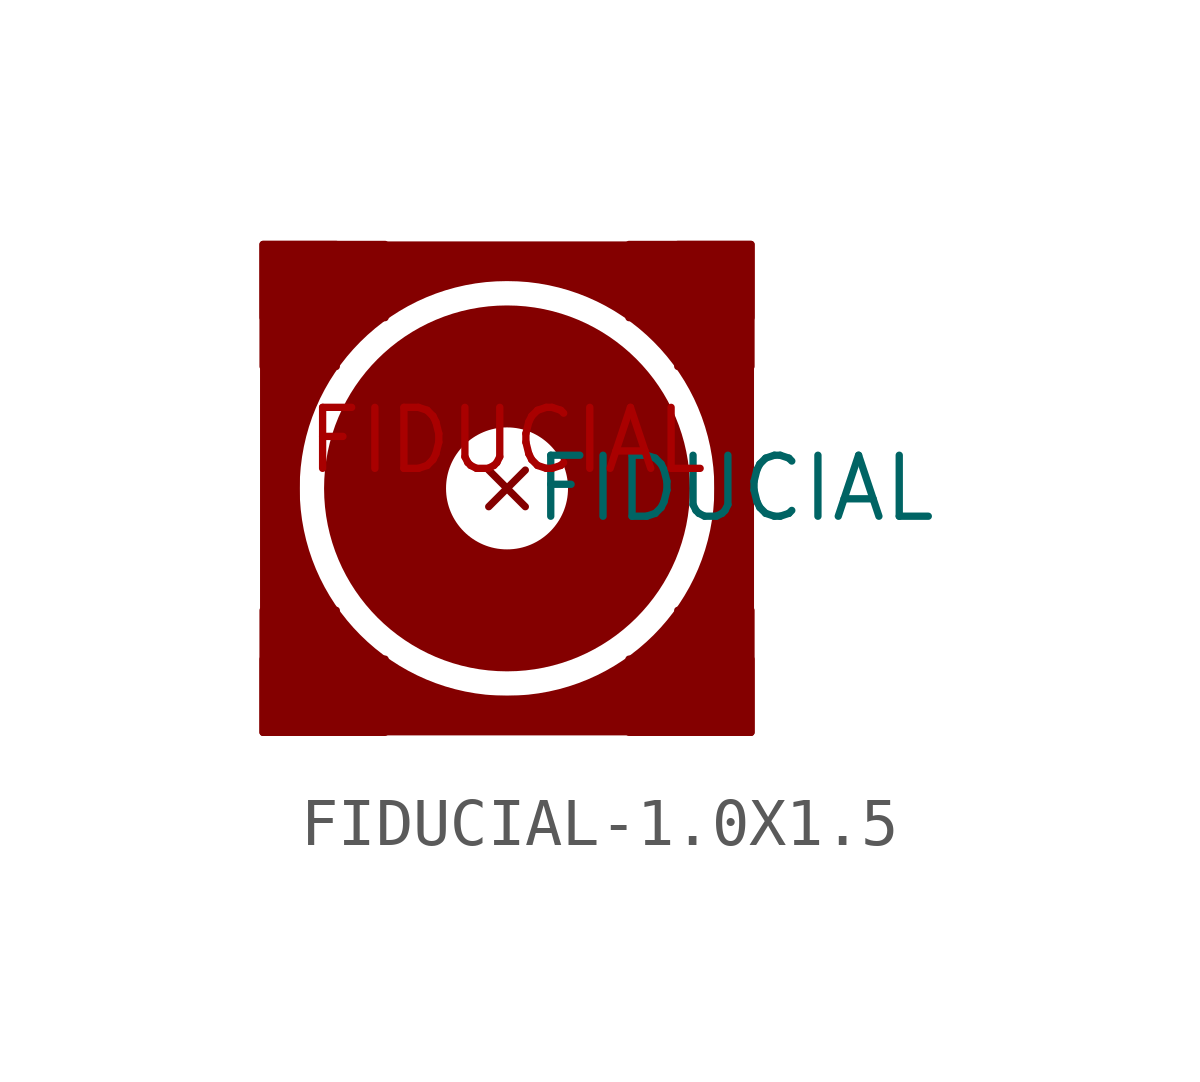
<source format=kicad_sym>
(kicad_symbol_lib
  (version 20211014)
  (generator kicad_symbol_editor)
  (symbol "FIDUCIAL-1.0X1.5"
    (property "Reference" "FIDUCIAL"
      (at 0 0 0)
      (effects (font (size 1.27 1.27)) hide))
    (property "ki_locked" ""
      (at 0 0 0)
      (effects (font (size 1.27 1.27))))
    (symbol "FIDUCIAL-1.0X1.5_1_0"
      (rectangle (start -5.08 -5.08) (end -3.556 -2.54) (stroke (width 0) (type default) (color 0 0 0 0)) (fill (type outline)))
      (rectangle (start -5.08 -5.08) (end -2.54 -3.556) (stroke (width 0) (type default) (color 0 0 0 0)) (fill (type outline)))
      (rectangle (start -5.08 2.54) (end -3.556 5.08) (stroke (width 0) (type default) (color 0 0 0 0)) (fill (type outline)))
      (rectangle (start -5.08 3.556) (end -2.54 5.08) (stroke (width 0) (type default) (color 0 0 0 0)) (fill (type outline)))
      (polyline (pts (xy -5.08 -5.08) (xy -5.08 5.08)) (stroke (width 0.127) (type default) (color 0 0 0 0)) (fill (type none)))
      (polyline (pts (xy -5.08 -5.08) (xy 5.08 -5.08)) (stroke (width 0.127) (type default) (color 0 0 0 0)) (fill (type none)))
      (polyline (pts (xy -5.08 5.08) (xy 5.08 5.08)) (stroke (width 0.127) (type default) (color 0 0 0 0)) (fill (type none)))
      (polyline (pts (xy -4.699 2.54) (xy -4.699 -2.54)) (stroke (width 0.762) (type default) (color 0 0 0 0)) (fill (type none)))
      (polyline (pts (xy -2.54 -4.699) (xy 2.54 -4.699)) (stroke (width 0.762) (type default) (color 0 0 0 0)) (fill (type none)))
      (polyline (pts (xy -2.54 4.699) (xy 2.54 4.699)) (stroke (width 0.762) (type default) (color 0 0 0 0)) (fill (type none)))
      (polyline (pts (xy 4.699 -2.54) (xy 4.699 2.54)) (stroke (width 0.762) (type default) (color 0 0 0 0)) (fill (type none)))
      (polyline (pts (xy 5.08 5.08) (xy 5.08 -5.08)) (stroke (width 0.127) (type default) (color 0 0 0 0)) (fill (type none)))
      (circle (center 0 0) (radius 2.54) (stroke (width 2.54) (type default) (color 0 0 0 0)) (fill (type none)))
      (circle (center 0 0) (radius 4.699) (stroke (width 0.762) (type default) (color 0 0 0 0)) (fill (type none)))
      (rectangle (start 2.54 -5.08) (end 5.08 -3.556) (stroke (width 0) (type default) (color 0 0 0 0)) (fill (type outline)))
      (rectangle (start 2.54 3.556) (end 5.08 5.08) (stroke (width 0) (type default) (color 0 0 0 0)) (fill (type outline)))
      (rectangle (start 3.556 -5.08) (end 5.08 -2.54) (stroke (width 0) (type default) (color 0 0 0 0)) (fill (type outline)))
      (rectangle (start 3.556 2.54) (end 5.08 5.08) (stroke (width 0) (type default) (color 0 0 0 0)) (fill (type outline)))
      (pin no_connect line (at 0 0 0) (length 0) (name "FIDUCIAL" (effects (font (size 1.27 1.27)))) (number "FIDUCIAL" (effects (font (size 1.27 1.27))))))))
</source>
